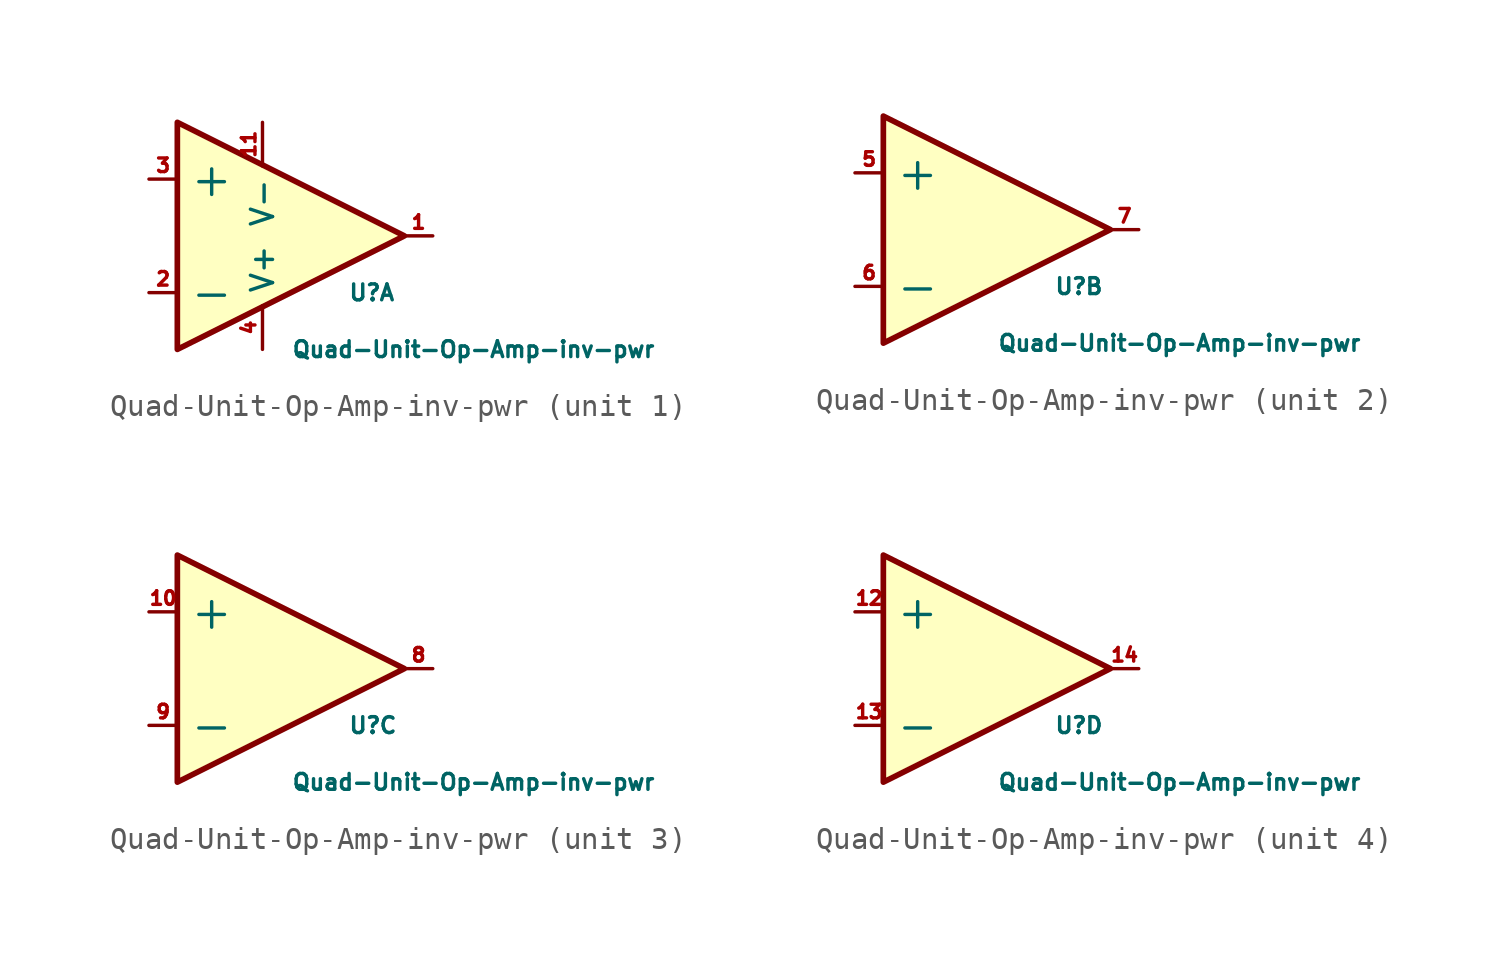
<source format=kicad_sym>
(kicad_symbol_lib
  (version 20220914)
  (generator kicad_symbol_editor)
  (symbol "Quad-Unit-Op-Amp-inv-pwr"
    (property "Reference" "U"
      (at 2.54 -2.54 0)
      (effects (font (size 0.711 0.711)) (justify left)))
    (property "Value" "Quad-Unit-Op-Amp-inv-pwr"
      (at 0 -5.08 0)
      (effects (font (size 0.711 0.711)) (justify left)))
    (property "ki_locked" ""
      (at 0 0 0)
      (effects (font (size 1.27 1.27))))
    (symbol "Quad-Unit-Op-Amp-inv-pwr_0_1"
      (polyline (pts (xy -5.08 5.08) (xy 5.08 0) (xy -5.08 -5.08) (xy -5.08 5.08)) (stroke (width 0.254) (type solid)) (fill (type background))))
    (symbol "Quad-Unit-Op-Amp-inv-pwr_1_1"
      (pin output line (at 6.35 0 180) (length 1.27) (name "~" (effects (font (size 0.991 0.991)))) (number "1" (effects (font (size 0.61 0.61)))))
      (pin power_in line (at -1.27 5.08 270) (length 1.956) (name "V-" (effects (font (size 0.991 0.991)))) (number "11" (effects (font (size 0.61 0.61)))))
      (pin input line (at -6.35 -2.54 0) (length 1.27) (name "-" (effects (font (size 1.499 1.499)))) (number "2" (effects (font (size 0.61 0.61)))))
      (pin input line (at -6.35 2.54 0) (length 1.27) (name "+" (effects (font (size 1.499 1.499)))) (number "3" (effects (font (size 0.61 0.61)))))
      (pin power_in line (at -1.27 -5.08 90) (length 1.956) (name "V+" (effects (font (size 0.991 0.991)))) (number "4" (effects (font (size 0.61 0.61))))))
    (symbol "Quad-Unit-Op-Amp-inv-pwr_2_1"
      (pin input line (at -6.35 2.54 0) (length 1.27) (name "+" (effects (font (size 1.499 1.499)))) (number "5" (effects (font (size 0.61 0.61)))))
      (pin input line (at -6.35 -2.54 0) (length 1.27) (name "-" (effects (font (size 1.499 1.499)))) (number "6" (effects (font (size 0.61 0.61)))))
      (pin output line (at 6.35 0 180) (length 1.27) (name "~" (effects (font (size 0.991 0.991)))) (number "7" (effects (font (size 0.61 0.61))))))
    (symbol "Quad-Unit-Op-Amp-inv-pwr_3_1"
      (pin input line (at -6.35 2.54 0) (length 1.27) (name "+" (effects (font (size 1.499 1.499)))) (number "10" (effects (font (size 0.61 0.61)))))
      (pin output line (at 6.35 0 180) (length 1.27) (name "~" (effects (font (size 0.991 0.991)))) (number "8" (effects (font (size 0.61 0.61)))))
      (pin input line (at -6.35 -2.54 0) (length 1.27) (name "-" (effects (font (size 1.499 1.499)))) (number "9" (effects (font (size 0.61 0.61))))))
    (symbol "Quad-Unit-Op-Amp-inv-pwr_4_1"
      (pin input line (at -6.35 2.54 0) (length 1.27) (name "+" (effects (font (size 1.499 1.499)))) (number "12" (effects (font (size 0.61 0.61)))))
      (pin input line (at -6.35 -2.54 0) (length 1.27) (name "-" (effects (font (size 1.499 1.499)))) (number "13" (effects (font (size 0.61 0.61)))))
      (pin output line (at 6.35 0 180) (length 1.27) (name "~" (effects (font (size 0.991 0.991)))) (number "14" (effects (font (size 0.61 0.61))))))))
</source>
